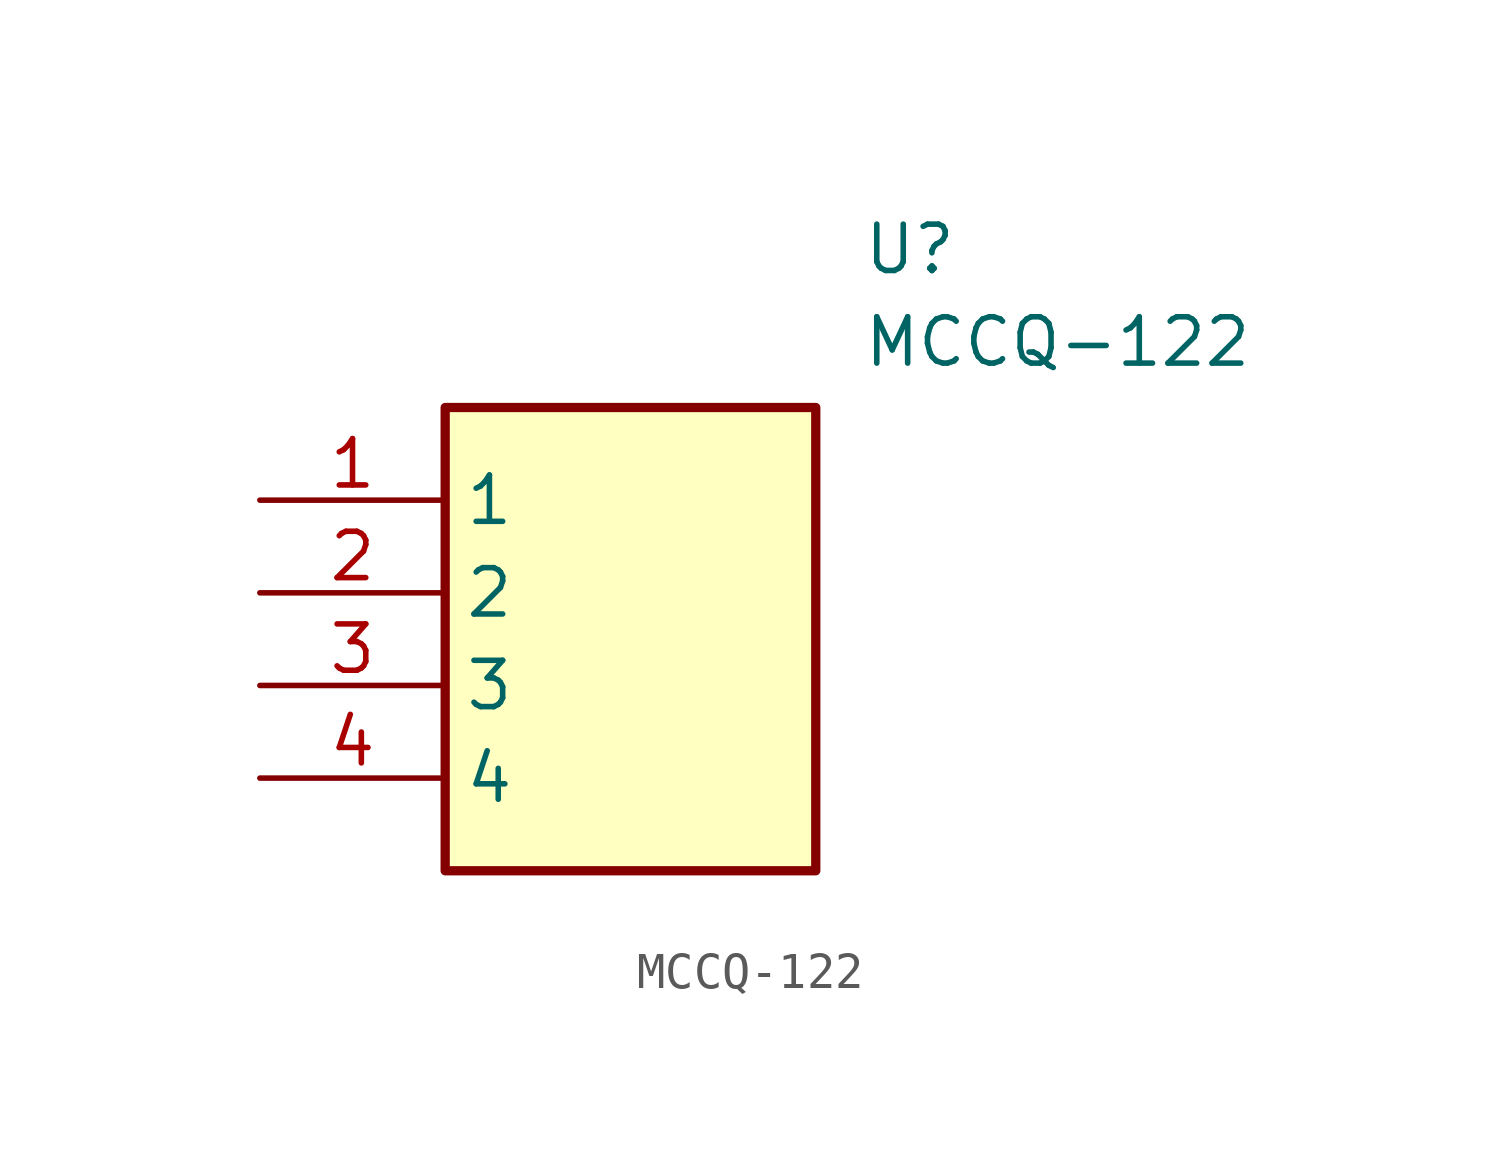
<source format=kicad_sym>
(kicad_symbol_lib
  (version 20211014)
  (generator SamacSys_ECAD_Model)
  (symbol "MCCQ-122"
    (property "Reference" "U"
      (at 16.51 7.62 0)
      (effects (font (size 1.27 1.27)) (justify left top)))
    (property "Value" "MCCQ-122"
      (at 16.51 5.08 0)
      (effects (font (size 1.27 1.27)) (justify left top)))
    (rectangle
      (start 5.08 2.54)
      (end 15.24 -10.16)
      (stroke (width 0.254) (type default))
      (fill (type background)))
    (pin passive line
      (at 0 0 0)
      (length 5.08)
      (name "1" (effects (font (size 1.27 1.27))))
      (number "1" (effects (font (size 1.27 1.27)))))
    (pin passive line
      (at 0 -2.54 0)
      (length 5.08)
      (name "2" (effects (font (size 1.27 1.27))))
      (number "2" (effects (font (size 1.27 1.27)))))
    (pin passive line
      (at 0 -5.08 0)
      (length 5.08)
      (name "3" (effects (font (size 1.27 1.27))))
      (number "3" (effects (font (size 1.27 1.27)))))
    (pin passive line
      (at 0 -7.62 0)
      (length 5.08)
      (name "4" (effects (font (size 1.27 1.27))))
      (number "4" (effects (font (size 1.27 1.27)))))))
</source>
